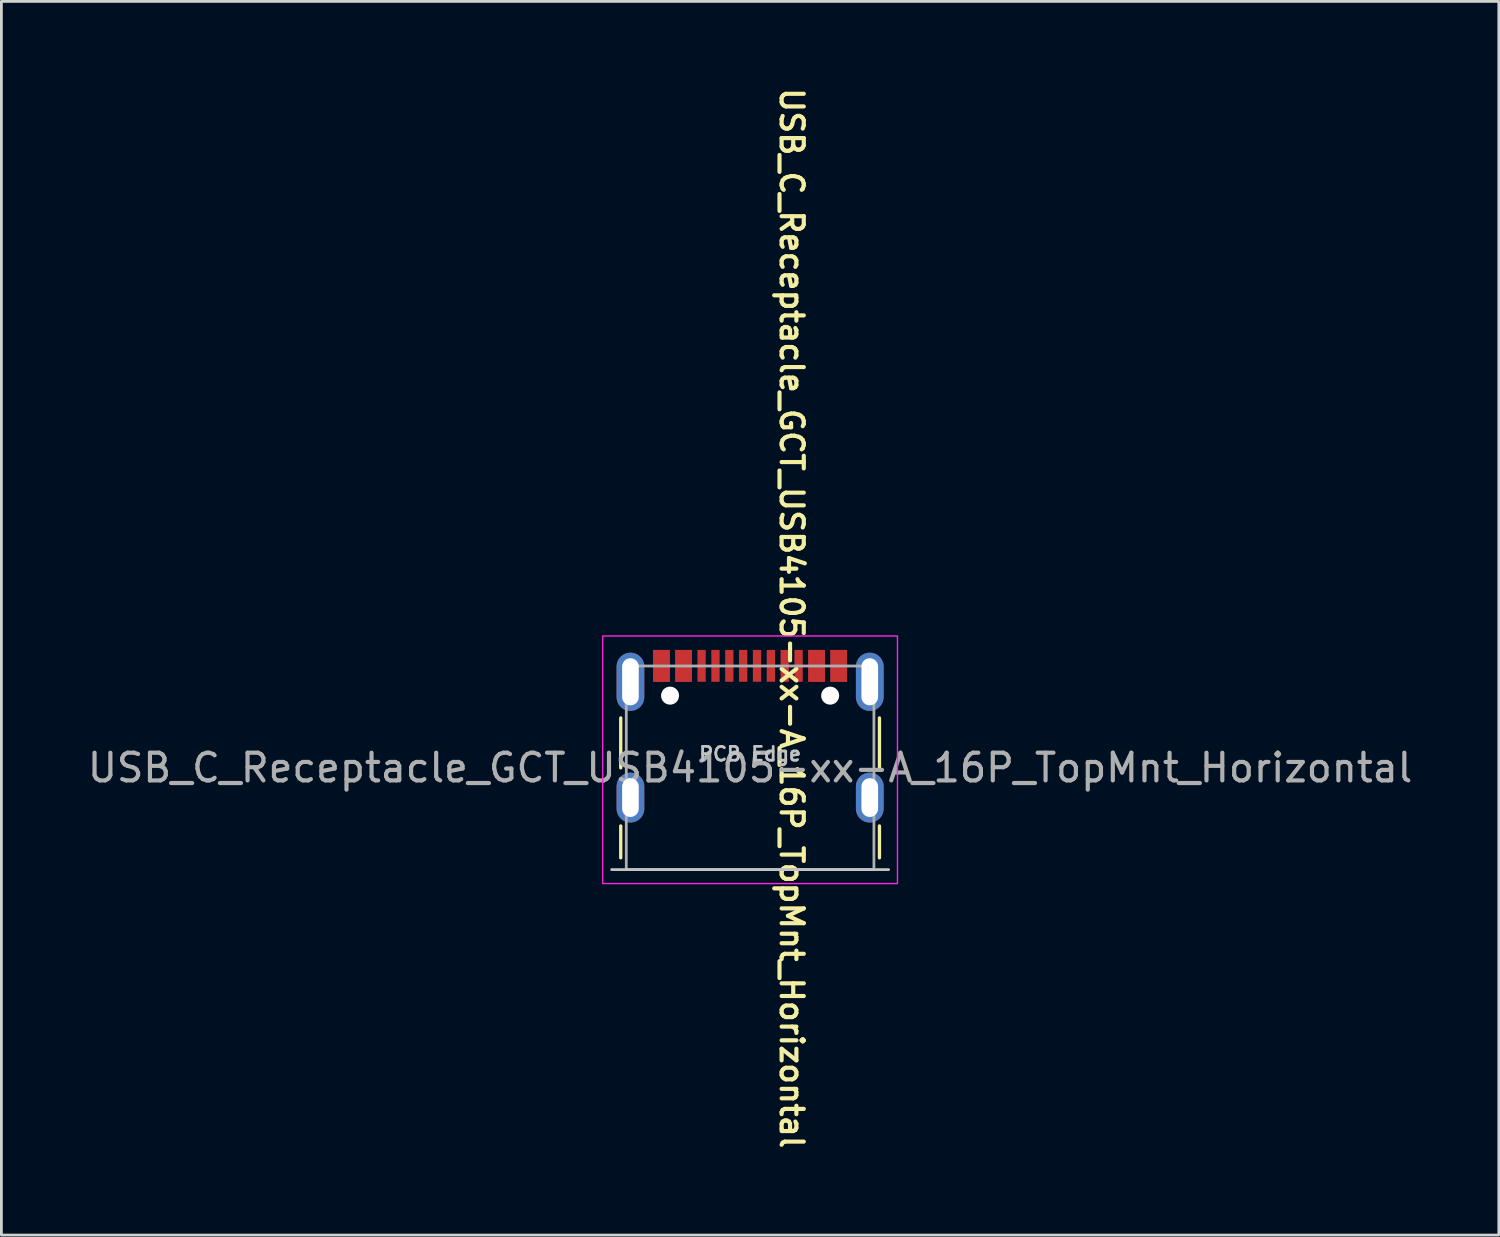
<source format=kicad_pcb>
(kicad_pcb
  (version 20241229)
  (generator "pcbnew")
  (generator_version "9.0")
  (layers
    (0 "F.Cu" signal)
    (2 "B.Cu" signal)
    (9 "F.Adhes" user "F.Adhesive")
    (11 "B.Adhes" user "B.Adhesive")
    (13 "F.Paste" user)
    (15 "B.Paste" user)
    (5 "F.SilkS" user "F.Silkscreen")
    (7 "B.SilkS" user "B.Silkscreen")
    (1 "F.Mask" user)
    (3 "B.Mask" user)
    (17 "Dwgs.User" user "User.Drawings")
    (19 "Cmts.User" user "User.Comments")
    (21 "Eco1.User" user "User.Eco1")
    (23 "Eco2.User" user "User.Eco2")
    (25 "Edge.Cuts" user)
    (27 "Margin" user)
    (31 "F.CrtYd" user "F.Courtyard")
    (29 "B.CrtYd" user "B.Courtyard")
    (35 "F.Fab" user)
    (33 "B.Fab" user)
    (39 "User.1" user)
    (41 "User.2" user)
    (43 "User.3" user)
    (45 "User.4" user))
  (footprint "USB_C_Receptacle_GCT_USB4105-xx-A_16P_TopMnt_Horizontal"
    (layer "F.Cu")
    (at 24.03 24.669)
    (property "Reference" "USB_C_Receptacle_GCT_USB4105-xx-A_16P_TopMnt_Horizontal" (at 1.5 -5.4 270) (unlocked yes) (layer "F.SilkS") (effects (font (size 0.8 0.8) (thickness 0.15))))
    (attr smd)
    (fp_line (start -4.67 0) (end -4.67 -1.8) (stroke (width 0.12) (type solid)) (layer "F.SilkS"))
    (fp_line (start -4.67 2.1) (end -4.67 3.25) (stroke (width 0.12) (type solid)) (layer "F.SilkS"))
    (fp_line (start 4.67 0) (end 4.67 -1.8) (stroke (width 0.12) (type solid)) (layer "F.SilkS"))
    (fp_line (start 4.67 2.1) (end 4.67 3.25) (stroke (width 0.12) (type solid)) (layer "F.SilkS"))
    (fp_line (start 5 3.675) (end -5 3.675) (stroke (width 0.1) (type solid)) (layer "Dwgs.User"))
    (fp_rect (start -5.32 -4.76) (end 5.32 4.18) (stroke (width 0.05) (type solid)) (fill no) (layer "F.CrtYd"))
    (fp_rect (start -4.47 -3.675) (end 4.47 3.675) (stroke (width 0.1) (type solid)) (fill no) (layer "F.Fab"))
    (fp_text user "PCB Edge" (at 0 -0.5 0) (unlocked yes) (layer "Dwgs.User") (effects (font (size 0.5 0.5) (thickness 0.1))))
    (fp_text user "${REFERENCE}" (at 0 0 0) (unlocked yes) (layer "F.Fab") (effects (font (size 1 1) (thickness 0.15))))
    (pad "" np_thru_hole circle (at -2.89 -2.605) (size 0.65 0.65) (drill 0.65) (layers "*.Cu" "*.Mask"))
    (pad "" np_thru_hole circle (at 2.89 -2.605) (size 0.65 0.65) (drill 0.65) (layers "*.Cu" "*.Mask"))
    (pad "A1" smd rect (at -3.2 -3.68) (size 0.6 1.15) (layers "F.Cu" "F.Mask" "F.Paste"))
    (pad "A4" smd rect (at -2.4 -3.68) (size 0.6 1.15) (layers "F.Cu" "F.Mask" "F.Paste"))
    (pad "A5" smd rect (at -1.25 -3.68) (size 0.3 1.15) (layers "F.Cu" "F.Mask" "F.Paste"))
    (pad "A6" smd rect (at -0.25 -3.68) (size 0.3 1.15) (layers "F.Cu" "F.Mask" "F.Paste"))
    (pad "A7" smd rect (at 0.25 -3.68) (size 0.3 1.15) (layers "F.Cu" "F.Mask" "F.Paste"))
    (pad "A8" smd rect (at 1.25 -3.68) (size 0.3 1.15) (layers "F.Cu" "F.Mask" "F.Paste"))
    (pad "A9" smd rect (at 2.4 -3.68) (size 0.6 1.15) (layers "F.Cu" "F.Mask" "F.Paste"))
    (pad "A12" smd rect (at 3.2 -3.68) (size 0.6 1.15) (layers "F.Cu" "F.Mask" "F.Paste"))
    (pad "B1" smd rect (at 3.2 -3.68) (size 0.6 1.15) (layers "F.Cu" "F.Mask" "F.Paste"))
    (pad "B4" smd rect (at 2.4 -3.68) (size 0.6 1.15) (layers "F.Cu" "F.Mask" "F.Paste"))
    (pad "B5" smd rect (at 1.75 -3.68) (size 0.3 1.15) (layers "F.Cu" "F.Mask" "F.Paste"))
    (pad "B6" smd rect (at 0.75 -3.68) (size 0.3 1.15) (layers "F.Cu" "F.Mask" "F.Paste"))
    (pad "B7" smd rect (at -0.75 -3.68) (size 0.3 1.15) (layers "F.Cu" "F.Mask" "F.Paste"))
    (pad "B8" smd rect (at -1.75 -3.68) (size 0.3 1.15) (layers "F.Cu" "F.Mask" "F.Paste"))
    (pad "B9" smd rect (at -2.4 -3.68) (size 0.6 1.15) (layers "F.Cu" "F.Mask" "F.Paste"))
    (pad "B12" smd rect (at -3.2 -3.68) (size 0.6 1.15) (layers "F.Cu" "F.Mask" "F.Paste"))
    (pad "S1" thru_hole oval (at -4.32 -3.105) (size 1 2.1) (drill oval 0.6 1.7) (layers "*.Cu" "*.Mask"))
    (pad "S1" thru_hole oval (at -4.32 1.075) (size 1 1.8) (drill oval 0.6 1.4) (layers "*.Cu" "*.Mask"))
    (pad "S1" thru_hole oval (at 4.32 -3.105) (size 1 2.1) (drill oval 0.6 1.7) (layers "*.Cu" "*.Mask"))
    (pad "S1" thru_hole oval (at 4.32 1.075) (size 1 1.8) (drill oval 0.6 1.4) (layers "*.Cu" "*.Mask")))
  (gr_rect
    (start -3 -3)
    (end 51.06 41.538)
    (stroke (width 0.1) (type default))
    (fill no)
    (layer "Edge.Cuts")))
</source>
